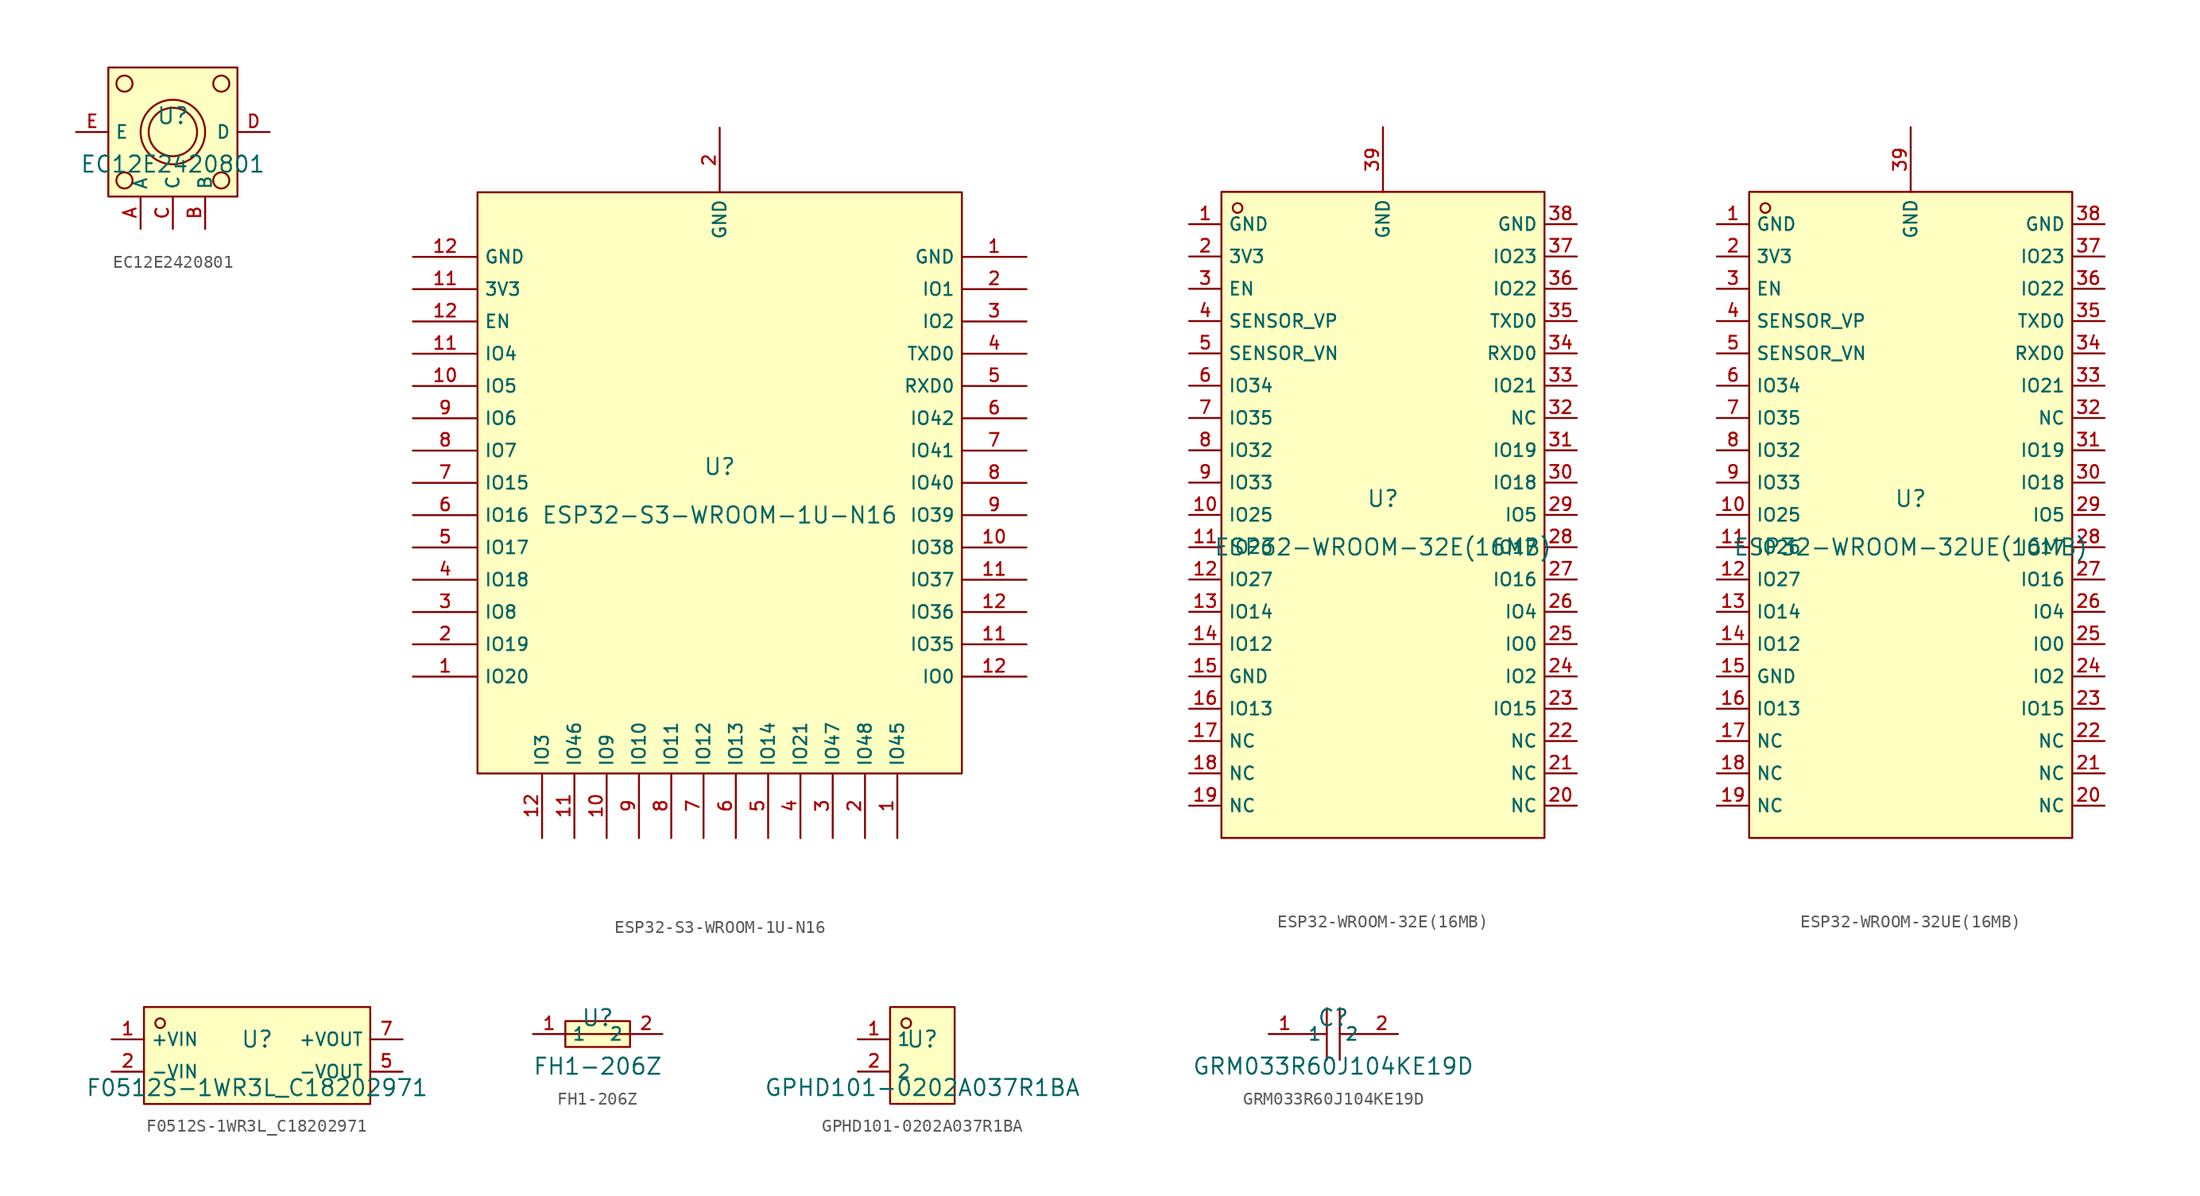
<source format=kicad_sym>
(kicad_symbol_lib
  (version 20231120)
  (generator "kicad_symbol_editor")
  (generator_version "8.0")
  (symbol "EC12E2420801"
    (property "Reference" "U"
      (at 0 1.27 0)
      (effects (font (size 1.27 1.27))))
    (property "Value" "EC12E2420801"
      (at 0 -2.54 0)
      (effects (font (size 1.27 1.27))))
    (symbol "EC12E2420801_0_1"
      (rectangle (start -5.08 5.08) (end 5.08 -5.08) (stroke (width 0) (type default)) (fill (type background)))
      (circle (center -3.81 -3.81) (radius 0.635) (stroke (width 0) (type default)) (fill (type background)))
      (circle (center -3.81 3.81) (radius 0.635) (stroke (width 0) (type default)) (fill (type background)))
      (circle (center 0 0) (radius 1.905) (stroke (width 0) (type default)) (fill (type background)))
      (circle (center 0 0) (radius 2.54) (stroke (width 0) (type default)) (fill (type background)))
      (circle (center 3.81 -3.81) (radius 0.635) (stroke (width 0) (type default)) (fill (type background)))
      (circle (center 3.81 3.81) (radius 0.635) (stroke (width 0) (type default)) (fill (type background)))
      (pin unspecified line (at -2.54 -7.62 90) (length 2.54) (name "A" (effects (font (size 1 1)))) (number "A" (effects (font (size 1 1)))))
      (pin unspecified line (at 2.54 -7.62 90) (length 2.54) (name "B" (effects (font (size 1 1)))) (number "B" (effects (font (size 1 1)))))
      (pin unspecified line (at 0 -7.62 90) (length 2.54) (name "C" (effects (font (size 1 1)))) (number "C" (effects (font (size 1 1)))))
      (pin unspecified line (at 7.62 0 180) (length 2.54) (name "D" (effects (font (size 1 1)))) (number "D" (effects (font (size 1 1)))))
      (pin unspecified line (at -7.62 0 0) (length 2.54) (name "E" (effects (font (size 1 1)))) (number "E" (effects (font (size 1 1)))))))
  (symbol "ESP32-S3-WROOM-1U-N16"
    (property "Reference" "U"
      (at 0 1.27 0)
      (effects (font (size 1.27 1.27))))
    (property "Value" "ESP32-S3-WROOM-1U-N16"
      (at 0 -2.54 0)
      (effects (font (size 1.27 1.27))))
    (symbol "ESP32-S3-WROOM-1U-N16_0_1"
      (rectangle (start -19.05 22.86) (end 19.05 -22.86) (stroke (width 0) (type default)) (fill (type background)))
      (pin power_in line (at 24.13 17.78 180) (length 5.08) (name "GND" (effects (font (size 1 1)))) (number "1" (effects (font (size 1 1)))))
      (pin unspecified line (at -24.13 -15.24 0) (length 5.08) (name "IO20" (effects (font (size 1 1)))) (number "1" (effects (font (size 1 1)))))
      (pin unspecified line (at 13.97 -27.94 90) (length 5.08) (name "IO45" (effects (font (size 1 1)))) (number "1" (effects (font (size 1 1)))))
      (pin unspecified line (at 24.13 -5.08 180) (length 5.08) (name "IO38" (effects (font (size 1 1)))) (number "10" (effects (font (size 1 1)))))
      (pin unspecified line (at -24.13 7.62 0) (length 5.08) (name "IO5" (effects (font (size 1 1)))) (number "10" (effects (font (size 1 1)))))
      (pin unspecified line (at -8.89 -27.94 90) (length 5.08) (name "IO9" (effects (font (size 1 1)))) (number "10" (effects (font (size 1 1)))))
      (pin power_in line (at -24.13 15.24 0) (length 5.08) (name "3V3" (effects (font (size 1 1)))) (number "11" (effects (font (size 1 1)))))
      (pin unspecified line (at 24.13 -12.7 180) (length 5.08) (name "IO35" (effects (font (size 1 1)))) (number "11" (effects (font (size 1 1)))))
      (pin unspecified line (at 24.13 -7.62 180) (length 5.08) (name "IO37" (effects (font (size 1 1)))) (number "11" (effects (font (size 1 1)))))
      (pin unspecified line (at -24.13 10.16 0) (length 5.08) (name "IO4" (effects (font (size 1 1)))) (number "11" (effects (font (size 1 1)))))
      (pin unspecified line (at -11.43 -27.94 90) (length 5.08) (name "IO46" (effects (font (size 1 1)))) (number "11" (effects (font (size 1 1)))))
      (pin unspecified line (at -24.13 12.7 0) (length 5.08) (name "EN" (effects (font (size 1 1)))) (number "12" (effects (font (size 1 1)))))
      (pin power_in line (at -24.13 17.78 0) (length 5.08) (name "GND" (effects (font (size 1 1)))) (number "12" (effects (font (size 1 1)))))
      (pin unspecified line (at 24.13 -15.24 180) (length 5.08) (name "IO0" (effects (font (size 1 1)))) (number "12" (effects (font (size 1 1)))))
      (pin unspecified line (at -13.97 -27.94 90) (length 5.08) (name "IO3" (effects (font (size 1 1)))) (number "12" (effects (font (size 1 1)))))
      (pin unspecified line (at 24.13 -10.16 180) (length 5.08) (name "IO36" (effects (font (size 1 1)))) (number "12" (effects (font (size 1 1)))))
      (pin power_in line (at 0 27.94 270) (length 5.08) (name "GND" (effects (font (size 1 1)))) (number "2" (effects (font (size 1 1)))))
      (pin unspecified line (at 24.13 15.24 180) (length 5.08) (name "IO1" (effects (font (size 1 1)))) (number "2" (effects (font (size 1 1)))))
      (pin unspecified line (at -24.13 -12.7 0) (length 5.08) (name "IO19" (effects (font (size 1 1)))) (number "2" (effects (font (size 1 1)))))
      (pin unspecified line (at 11.43 -27.94 90) (length 5.08) (name "IO48" (effects (font (size 1 1)))) (number "2" (effects (font (size 1 1)))))
      (pin unspecified line (at 24.13 12.7 180) (length 5.08) (name "IO2" (effects (font (size 1 1)))) (number "3" (effects (font (size 1 1)))))
      (pin unspecified line (at 8.89 -27.94 90) (length 5.08) (name "IO47" (effects (font (size 1 1)))) (number "3" (effects (font (size 1 1)))))
      (pin unspecified line (at -24.13 -10.16 0) (length 5.08) (name "IO8" (effects (font (size 1 1)))) (number "3" (effects (font (size 1 1)))))
      (pin unspecified line (at -24.13 -7.62 0) (length 5.08) (name "IO18" (effects (font (size 1 1)))) (number "4" (effects (font (size 1 1)))))
      (pin unspecified line (at 6.35 -27.94 90) (length 5.08) (name "IO21" (effects (font (size 1 1)))) (number "4" (effects (font (size 1 1)))))
      (pin unspecified line (at 24.13 10.16 180) (length 5.08) (name "TXD0" (effects (font (size 1 1)))) (number "4" (effects (font (size 1 1)))))
      (pin unspecified line (at 3.81 -27.94 90) (length 5.08) (name "IO14" (effects (font (size 1 1)))) (number "5" (effects (font (size 1 1)))))
      (pin unspecified line (at -24.13 -5.08 0) (length 5.08) (name "IO17" (effects (font (size 1 1)))) (number "5" (effects (font (size 1 1)))))
      (pin unspecified line (at 24.13 7.62 180) (length 5.08) (name "RXD0" (effects (font (size 1 1)))) (number "5" (effects (font (size 1 1)))))
      (pin unspecified line (at 1.27 -27.94 90) (length 5.08) (name "IO13" (effects (font (size 1 1)))) (number "6" (effects (font (size 1 1)))))
      (pin unspecified line (at -24.13 -2.54 0) (length 5.08) (name "IO16" (effects (font (size 1 1)))) (number "6" (effects (font (size 1 1)))))
      (pin unspecified line (at 24.13 5.08 180) (length 5.08) (name "IO42" (effects (font (size 1 1)))) (number "6" (effects (font (size 1 1)))))
      (pin unspecified line (at -1.27 -27.94 90) (length 5.08) (name "IO12" (effects (font (size 1 1)))) (number "7" (effects (font (size 1 1)))))
      (pin unspecified line (at -24.13 0 0) (length 5.08) (name "IO15" (effects (font (size 1 1)))) (number "7" (effects (font (size 1 1)))))
      (pin unspecified line (at 24.13 2.54 180) (length 5.08) (name "IO41" (effects (font (size 1 1)))) (number "7" (effects (font (size 1 1)))))
      (pin unspecified line (at -3.81 -27.94 90) (length 5.08) (name "IO11" (effects (font (size 1 1)))) (number "8" (effects (font (size 1 1)))))
      (pin unspecified line (at 24.13 0 180) (length 5.08) (name "IO40" (effects (font (size 1 1)))) (number "8" (effects (font (size 1 1)))))
      (pin unspecified line (at -24.13 2.54 0) (length 5.08) (name "IO7" (effects (font (size 1 1)))) (number "8" (effects (font (size 1 1)))))
      (pin unspecified line (at -6.35 -27.94 90) (length 5.08) (name "IO10" (effects (font (size 1 1)))) (number "9" (effects (font (size 1 1)))))
      (pin unspecified line (at 24.13 -2.54 180) (length 5.08) (name "IO39" (effects (font (size 1 1)))) (number "9" (effects (font (size 1 1)))))
      (pin unspecified line (at -24.13 5.08 0) (length 5.08) (name "IO6" (effects (font (size 1 1)))) (number "9" (effects (font (size 1 1)))))))
  (symbol "ESP32-WROOM-32E(16MB)"
    (property "Reference" "U"
      (at 0 1.27 0)
      (effects (font (size 1.27 1.27))))
    (property "Value" "ESP32-WROOM-32E(16MB)"
      (at 0 -2.54 0)
      (effects (font (size 1.27 1.27))))
    (symbol "ESP32-WROOM-32E(16MB)_0_1"
      (rectangle (start -12.7 25.4) (end 12.7 -25.4) (stroke (width 0) (type default)) (fill (type background)))
      (circle (center -11.43 24.13) (radius 0.381) (stroke (width 0) (type default)) (fill (type background)))
      (pin unspecified line (at -15.24 22.86 0) (length 2.54) (name "GND" (effects (font (size 1 1)))) (number "1" (effects (font (size 1 1)))))
      (pin unspecified line (at -15.24 0 0) (length 2.54) (name "IO25" (effects (font (size 1 1)))) (number "10" (effects (font (size 1 1)))))
      (pin unspecified line (at -15.24 -2.54 0) (length 2.54) (name "IO26" (effects (font (size 1 1)))) (number "11" (effects (font (size 1 1)))))
      (pin unspecified line (at -15.24 -5.08 0) (length 2.54) (name "IO27" (effects (font (size 1 1)))) (number "12" (effects (font (size 1 1)))))
      (pin unspecified line (at -15.24 -7.62 0) (length 2.54) (name "IO14" (effects (font (size 1 1)))) (number "13" (effects (font (size 1 1)))))
      (pin unspecified line (at -15.24 -10.16 0) (length 2.54) (name "IO12" (effects (font (size 1 1)))) (number "14" (effects (font (size 1 1)))))
      (pin unspecified line (at -15.24 -12.7 0) (length 2.54) (name "GND" (effects (font (size 1 1)))) (number "15" (effects (font (size 1 1)))))
      (pin unspecified line (at -15.24 -15.24 0) (length 2.54) (name "IO13" (effects (font (size 1 1)))) (number "16" (effects (font (size 1 1)))))
      (pin unspecified line (at -15.24 -17.78 0) (length 2.54) (name "NC" (effects (font (size 1 1)))) (number "17" (effects (font (size 1 1)))))
      (pin unspecified line (at -15.24 -20.32 0) (length 2.54) (name "NC" (effects (font (size 1 1)))) (number "18" (effects (font (size 1 1)))))
      (pin unspecified line (at -15.24 -22.86 0) (length 2.54) (name "NC" (effects (font (size 1 1)))) (number "19" (effects (font (size 1 1)))))
      (pin unspecified line (at -15.24 20.32 0) (length 2.54) (name "3V3" (effects (font (size 1 1)))) (number "2" (effects (font (size 1 1)))))
      (pin unspecified line (at 15.24 -22.86 180) (length 2.54) (name "NC" (effects (font (size 1 1)))) (number "20" (effects (font (size 1 1)))))
      (pin unspecified line (at 15.24 -20.32 180) (length 2.54) (name "NC" (effects (font (size 1 1)))) (number "21" (effects (font (size 1 1)))))
      (pin unspecified line (at 15.24 -17.78 180) (length 2.54) (name "NC" (effects (font (size 1 1)))) (number "22" (effects (font (size 1 1)))))
      (pin unspecified line (at 15.24 -15.24 180) (length 2.54) (name "IO15" (effects (font (size 1 1)))) (number "23" (effects (font (size 1 1)))))
      (pin unspecified line (at 15.24 -12.7 180) (length 2.54) (name "IO2" (effects (font (size 1 1)))) (number "24" (effects (font (size 1 1)))))
      (pin unspecified line (at 15.24 -10.16 180) (length 2.54) (name "IO0" (effects (font (size 1 1)))) (number "25" (effects (font (size 1 1)))))
      (pin unspecified line (at 15.24 -7.62 180) (length 2.54) (name "IO4" (effects (font (size 1 1)))) (number "26" (effects (font (size 1 1)))))
      (pin unspecified line (at 15.24 -5.08 180) (length 2.54) (name "IO16" (effects (font (size 1 1)))) (number "27" (effects (font (size 1 1)))))
      (pin unspecified line (at 15.24 -2.54 180) (length 2.54) (name "IO17" (effects (font (size 1 1)))) (number "28" (effects (font (size 1 1)))))
      (pin unspecified line (at 15.24 0 180) (length 2.54) (name "IO5" (effects (font (size 1 1)))) (number "29" (effects (font (size 1 1)))))
      (pin unspecified line (at -15.24 17.78 0) (length 2.54) (name "EN" (effects (font (size 1 1)))) (number "3" (effects (font (size 1 1)))))
      (pin unspecified line (at 15.24 2.54 180) (length 2.54) (name "IO18" (effects (font (size 1 1)))) (number "30" (effects (font (size 1 1)))))
      (pin unspecified line (at 15.24 5.08 180) (length 2.54) (name "IO19" (effects (font (size 1 1)))) (number "31" (effects (font (size 1 1)))))
      (pin unspecified line (at 15.24 7.62 180) (length 2.54) (name "NC" (effects (font (size 1 1)))) (number "32" (effects (font (size 1 1)))))
      (pin unspecified line (at 15.24 10.16 180) (length 2.54) (name "IO21" (effects (font (size 1 1)))) (number "33" (effects (font (size 1 1)))))
      (pin unspecified line (at 15.24 12.7 180) (length 2.54) (name "RXD0" (effects (font (size 1 1)))) (number "34" (effects (font (size 1 1)))))
      (pin unspecified line (at 15.24 15.24 180) (length 2.54) (name "TXD0" (effects (font (size 1 1)))) (number "35" (effects (font (size 1 1)))))
      (pin unspecified line (at 15.24 17.78 180) (length 2.54) (name "IO22" (effects (font (size 1 1)))) (number "36" (effects (font (size 1 1)))))
      (pin unspecified line (at 15.24 20.32 180) (length 2.54) (name "IO23" (effects (font (size 1 1)))) (number "37" (effects (font (size 1 1)))))
      (pin unspecified line (at 15.24 22.86 180) (length 2.54) (name "GND" (effects (font (size 1 1)))) (number "38" (effects (font (size 1 1)))))
      (pin unspecified line (at 0 30.48 270) (length 5.08) (name "GND" (effects (font (size 1 1)))) (number "39" (effects (font (size 1 1)))))
      (pin unspecified line (at -15.24 15.24 0) (length 2.54) (name "SENSOR_VP" (effects (font (size 1 1)))) (number "4" (effects (font (size 1 1)))))
      (pin unspecified line (at -15.24 12.7 0) (length 2.54) (name "SENSOR_VN" (effects (font (size 1 1)))) (number "5" (effects (font (size 1 1)))))
      (pin unspecified line (at -15.24 10.16 0) (length 2.54) (name "IO34" (effects (font (size 1 1)))) (number "6" (effects (font (size 1 1)))))
      (pin unspecified line (at -15.24 7.62 0) (length 2.54) (name "IO35" (effects (font (size 1 1)))) (number "7" (effects (font (size 1 1)))))
      (pin unspecified line (at -15.24 5.08 0) (length 2.54) (name "IO32" (effects (font (size 1 1)))) (number "8" (effects (font (size 1 1)))))
      (pin unspecified line (at -15.24 2.54 0) (length 2.54) (name "IO33" (effects (font (size 1 1)))) (number "9" (effects (font (size 1 1)))))))
  (symbol "ESP32-WROOM-32UE(16MB)"
    (property "Reference" "U"
      (at 0 1.27 0)
      (effects (font (size 1.27 1.27))))
    (property "Value" "ESP32-WROOM-32UE(16MB)"
      (at 0 -2.54 0)
      (effects (font (size 1.27 1.27))))
    (symbol "ESP32-WROOM-32UE(16MB)_0_1"
      (rectangle (start -12.7 25.4) (end 12.7 -25.4) (stroke (width 0) (type default) (color 0 0 0 0)) (fill (type background)))
      (circle (center -11.43 24.13) (radius 0.381) (stroke (width 0) (type default) (color 0 0 0 0)) (fill (type background)))
      (pin unspecified line (at -15.24 22.86 0) (length 2.54) (name "GND" (effects (font (size 1 1)))) (number "1" (effects (font (size 1 1)))))
      (pin unspecified line (at -15.24 20.32 0) (length 2.54) (name "3V3" (effects (font (size 1 1)))) (number "2" (effects (font (size 1 1)))))
      (pin unspecified line (at -15.24 17.78 0) (length 2.54) (name "EN" (effects (font (size 1 1)))) (number "3" (effects (font (size 1 1)))))
      (pin unspecified line (at -15.24 15.24 0) (length 2.54) (name "SENSOR_VP" (effects (font (size 1 1)))) (number "4" (effects (font (size 1 1)))))
      (pin unspecified line (at -15.24 12.7 0) (length 2.54) (name "SENSOR_VN" (effects (font (size 1 1)))) (number "5" (effects (font (size 1 1)))))
      (pin unspecified line (at -15.24 10.16 0) (length 2.54) (name "IO34" (effects (font (size 1 1)))) (number "6" (effects (font (size 1 1)))))
      (pin unspecified line (at -15.24 7.62 0) (length 2.54) (name "IO35" (effects (font (size 1 1)))) (number "7" (effects (font (size 1 1)))))
      (pin unspecified line (at -15.24 5.08 0) (length 2.54) (name "IO32" (effects (font (size 1 1)))) (number "8" (effects (font (size 1 1)))))
      (pin unspecified line (at -15.24 2.54 0) (length 2.54) (name "IO33" (effects (font (size 1 1)))) (number "9" (effects (font (size 1 1)))))
      (pin unspecified line (at -15.24 -0.0 0) (length 2.54) (name "IO25" (effects (font (size 1 1)))) (number "10" (effects (font (size 1 1)))))
      (pin unspecified line (at -15.24 -2.54 0) (length 2.54) (name "IO26" (effects (font (size 1 1)))) (number "11" (effects (font (size 1 1)))))
      (pin unspecified line (at -15.24 -5.08 0) (length 2.54) (name "IO27" (effects (font (size 1 1)))) (number "12" (effects (font (size 1 1)))))
      (pin unspecified line (at -15.24 -7.62 0) (length 2.54) (name "IO14" (effects (font (size 1 1)))) (number "13" (effects (font (size 1 1)))))
      (pin unspecified line (at -15.24 -10.16 0) (length 2.54) (name "IO12" (effects (font (size 1 1)))) (number "14" (effects (font (size 1 1)))))
      (pin unspecified line (at -15.24 -12.7 0) (length 2.54) (name "GND" (effects (font (size 1 1)))) (number "15" (effects (font (size 1 1)))))
      (pin unspecified line (at -15.24 -15.24 0) (length 2.54) (name "IO13" (effects (font (size 1 1)))) (number "16" (effects (font (size 1 1)))))
      (pin unspecified line (at -15.24 -17.78 0) (length 2.54) (name "NC" (effects (font (size 1 1)))) (number "17" (effects (font (size 1 1)))))
      (pin unspecified line (at -15.24 -20.32 0) (length 2.54) (name "NC" (effects (font (size 1 1)))) (number "18" (effects (font (size 1 1)))))
      (pin unspecified line (at -15.24 -22.86 0) (length 2.54) (name "NC" (effects (font (size 1 1)))) (number "19" (effects (font (size 1 1)))))
      (pin unspecified line (at 15.24 -22.86 180) (length 2.54) (name "NC" (effects (font (size 1 1)))) (number "20" (effects (font (size 1 1)))))
      (pin unspecified line (at 15.24 -20.32 180) (length 2.54) (name "NC" (effects (font (size 1 1)))) (number "21" (effects (font (size 1 1)))))
      (pin unspecified line (at 15.24 -17.78 180) (length 2.54) (name "NC" (effects (font (size 1 1)))) (number "22" (effects (font (size 1 1)))))
      (pin unspecified line (at 15.24 -15.24 180) (length 2.54) (name "IO15" (effects (font (size 1 1)))) (number "23" (effects (font (size 1 1)))))
      (pin unspecified line (at 15.24 -12.7 180) (length 2.54) (name "IO2" (effects (font (size 1 1)))) (number "24" (effects (font (size 1 1)))))
      (pin unspecified line (at 15.24 -10.16 180) (length 2.54) (name "IO0" (effects (font (size 1 1)))) (number "25" (effects (font (size 1 1)))))
      (pin unspecified line (at 15.24 -7.62 180) (length 2.54) (name "IO4" (effects (font (size 1 1)))) (number "26" (effects (font (size 1 1)))))
      (pin unspecified line (at 15.24 -5.08 180) (length 2.54) (name "IO16" (effects (font (size 1 1)))) (number "27" (effects (font (size 1 1)))))
      (pin unspecified line (at 15.24 -2.54 180) (length 2.54) (name "IO17" (effects (font (size 1 1)))) (number "28" (effects (font (size 1 1)))))
      (pin unspecified line (at 15.24 -0.0 180) (length 2.54) (name "IO5" (effects (font (size 1 1)))) (number "29" (effects (font (size 1 1)))))
      (pin unspecified line (at 15.24 2.54 180) (length 2.54) (name "IO18" (effects (font (size 1 1)))) (number "30" (effects (font (size 1 1)))))
      (pin unspecified line (at 15.24 5.08 180) (length 2.54) (name "IO19" (effects (font (size 1 1)))) (number "31" (effects (font (size 1 1)))))
      (pin unspecified line (at 15.24 7.62 180) (length 2.54) (name "NC" (effects (font (size 1 1)))) (number "32" (effects (font (size 1 1)))))
      (pin unspecified line (at 15.24 10.16 180) (length 2.54) (name "IO21" (effects (font (size 1 1)))) (number "33" (effects (font (size 1 1)))))
      (pin unspecified line (at 15.24 12.7 180) (length 2.54) (name "RXD0" (effects (font (size 1 1)))) (number "34" (effects (font (size 1 1)))))
      (pin unspecified line (at 15.24 15.24 180) (length 2.54) (name "TXD0" (effects (font (size 1 1)))) (number "35" (effects (font (size 1 1)))))
      (pin unspecified line (at 15.24 17.78 180) (length 2.54) (name "IO22" (effects (font (size 1 1)))) (number "36" (effects (font (size 1 1)))))
      (pin unspecified line (at 15.24 20.32 180) (length 2.54) (name "IO23" (effects (font (size 1 1)))) (number "37" (effects (font (size 1 1)))))
      (pin unspecified line (at 15.24 22.86 180) (length 2.54) (name "GND" (effects (font (size 1 1)))) (number "38" (effects (font (size 1 1)))))
      (pin unspecified line (at 0.0 30.48 270) (length 5.08) (name "GND" (effects (font (size 1 1)))) (number "39" (effects (font (size 1 1)))))))
  (symbol "F0512S-1WR3L_C18202971"
    (property "Reference" "U"
      (at 0 1.27 0)
      (effects (font (size 1.27 1.27))))
    (property "Value" "F0512S-1WR3L_C18202971"
      (at 0 -2.54 0)
      (effects (font (size 1.27 1.27))))
    (symbol "F0512S-1WR3L_C18202971_0_1"
      (rectangle (start -8.89 3.81) (end 8.89 -3.81) (stroke (width 0) (type default)) (fill (type background)))
      (circle (center -7.62 2.54) (radius 0.381) (stroke (width 0) (type default)) (fill (type background)))
      (pin unspecified line (at -11.43 1.27 0) (length 2.54) (name "+VIN" (effects (font (size 1 1)))) (number "1" (effects (font (size 1 1)))))
      (pin unspecified line (at -11.43 -1.27 0) (length 2.54) (name "-VIN" (effects (font (size 1 1)))) (number "2" (effects (font (size 1 1)))))
      (pin unspecified line (at 11.43 -1.27 180) (length 2.54) (name "-VOUT" (effects (font (size 1 1)))) (number "5" (effects (font (size 1 1)))))
      (pin unspecified line (at 11.43 1.27 180) (length 2.54) (name "+VOUT" (effects (font (size 1 1)))) (number "7" (effects (font (size 1 1)))))))
  (symbol "FH1-206Z"
    (property "Reference" "U"
      (at 0 1.27 0)
      (effects (font (size 1.27 1.27))))
    (property "Value" "FH1-206Z"
      (at 0 -2.54 0)
      (effects (font (size 1.27 1.27))))
    (symbol "FH1-206Z_0_1"
      (rectangle (start -2.54 1.016) (end 2.54 -1.016) (stroke (width 0) (type default)) (fill (type background)))
      (polyline (pts (xy -2.54 0) (xy 2.54 0)) (stroke (width 0) (type default)) (fill (type none)))
      (pin unspecified line (at -5.08 0 0) (length 2.54) (name "1" (effects (font (size 1 1)))) (number "1" (effects (font (size 1 1)))))
      (pin unspecified line (at 5.08 0 180) (length 2.54) (name "2" (effects (font (size 1 1)))) (number "2" (effects (font (size 1 1)))))))
  (symbol "GPHD101-0202A037R1BA"
    (property "Reference" "U"
      (at 0 1.27 0)
      (effects (font (size 1.27 1.27))))
    (property "Value" "GPHD101-0202A037R1BA"
      (at 0 -2.54 0)
      (effects (font (size 1.27 1.27))))
    (symbol "GPHD101-0202A037R1BA_0_1"
      (rectangle (start -2.54 3.81) (end 2.54 -3.81) (stroke (width 0) (type default)) (fill (type background)))
      (circle (center -1.27 2.54) (radius 0.381) (stroke (width 0) (type default)) (fill (type background)))
      (pin unspecified line (at -5.08 1.27 0) (length 2.54) (name "1" (effects (font (size 1 1)))) (number "1" (effects (font (size 1 1)))))
      (pin unspecified line (at -5.08 -1.27 0) (length 2.54) (name "2" (effects (font (size 1 1)))) (number "2" (effects (font (size 1 1)))))))
  (symbol "GRM033R60J104KE19D"
    (property "Reference" "C"
      (at 0 1.27 0)
      (effects (font (size 1.27 1.27))))
    (property "Value" "GRM033R60J104KE19D"
      (at 0 -2.54 0)
      (effects (font (size 1.27 1.27))))
    (symbol "GRM033R60J104KE19D_0_1"
      (polyline (pts (xy -0.508 -2.032) (xy -0.508 2.032)) (stroke (width 0) (type default)) (fill (type none)))
      (polyline (pts (xy -0.508 0) (xy -2.54 0)) (stroke (width 0) (type default)) (fill (type none)))
      (polyline (pts (xy 0.508 2.032) (xy 0.508 -2.032)) (stroke (width 0) (type default)) (fill (type none)))
      (polyline (pts (xy 2.54 0) (xy 0.508 0)) (stroke (width 0) (type default)) (fill (type none)))
      (pin unspecified line (at -5.08 0 0) (length 2.54) (name "1" (effects (font (size 1 1)))) (number "1" (effects (font (size 1 1)))))
      (pin unspecified line (at 5.08 0 180) (length 2.54) (name "2" (effects (font (size 1 1)))) (number "2" (effects (font (size 1 1))))))))
</source>
